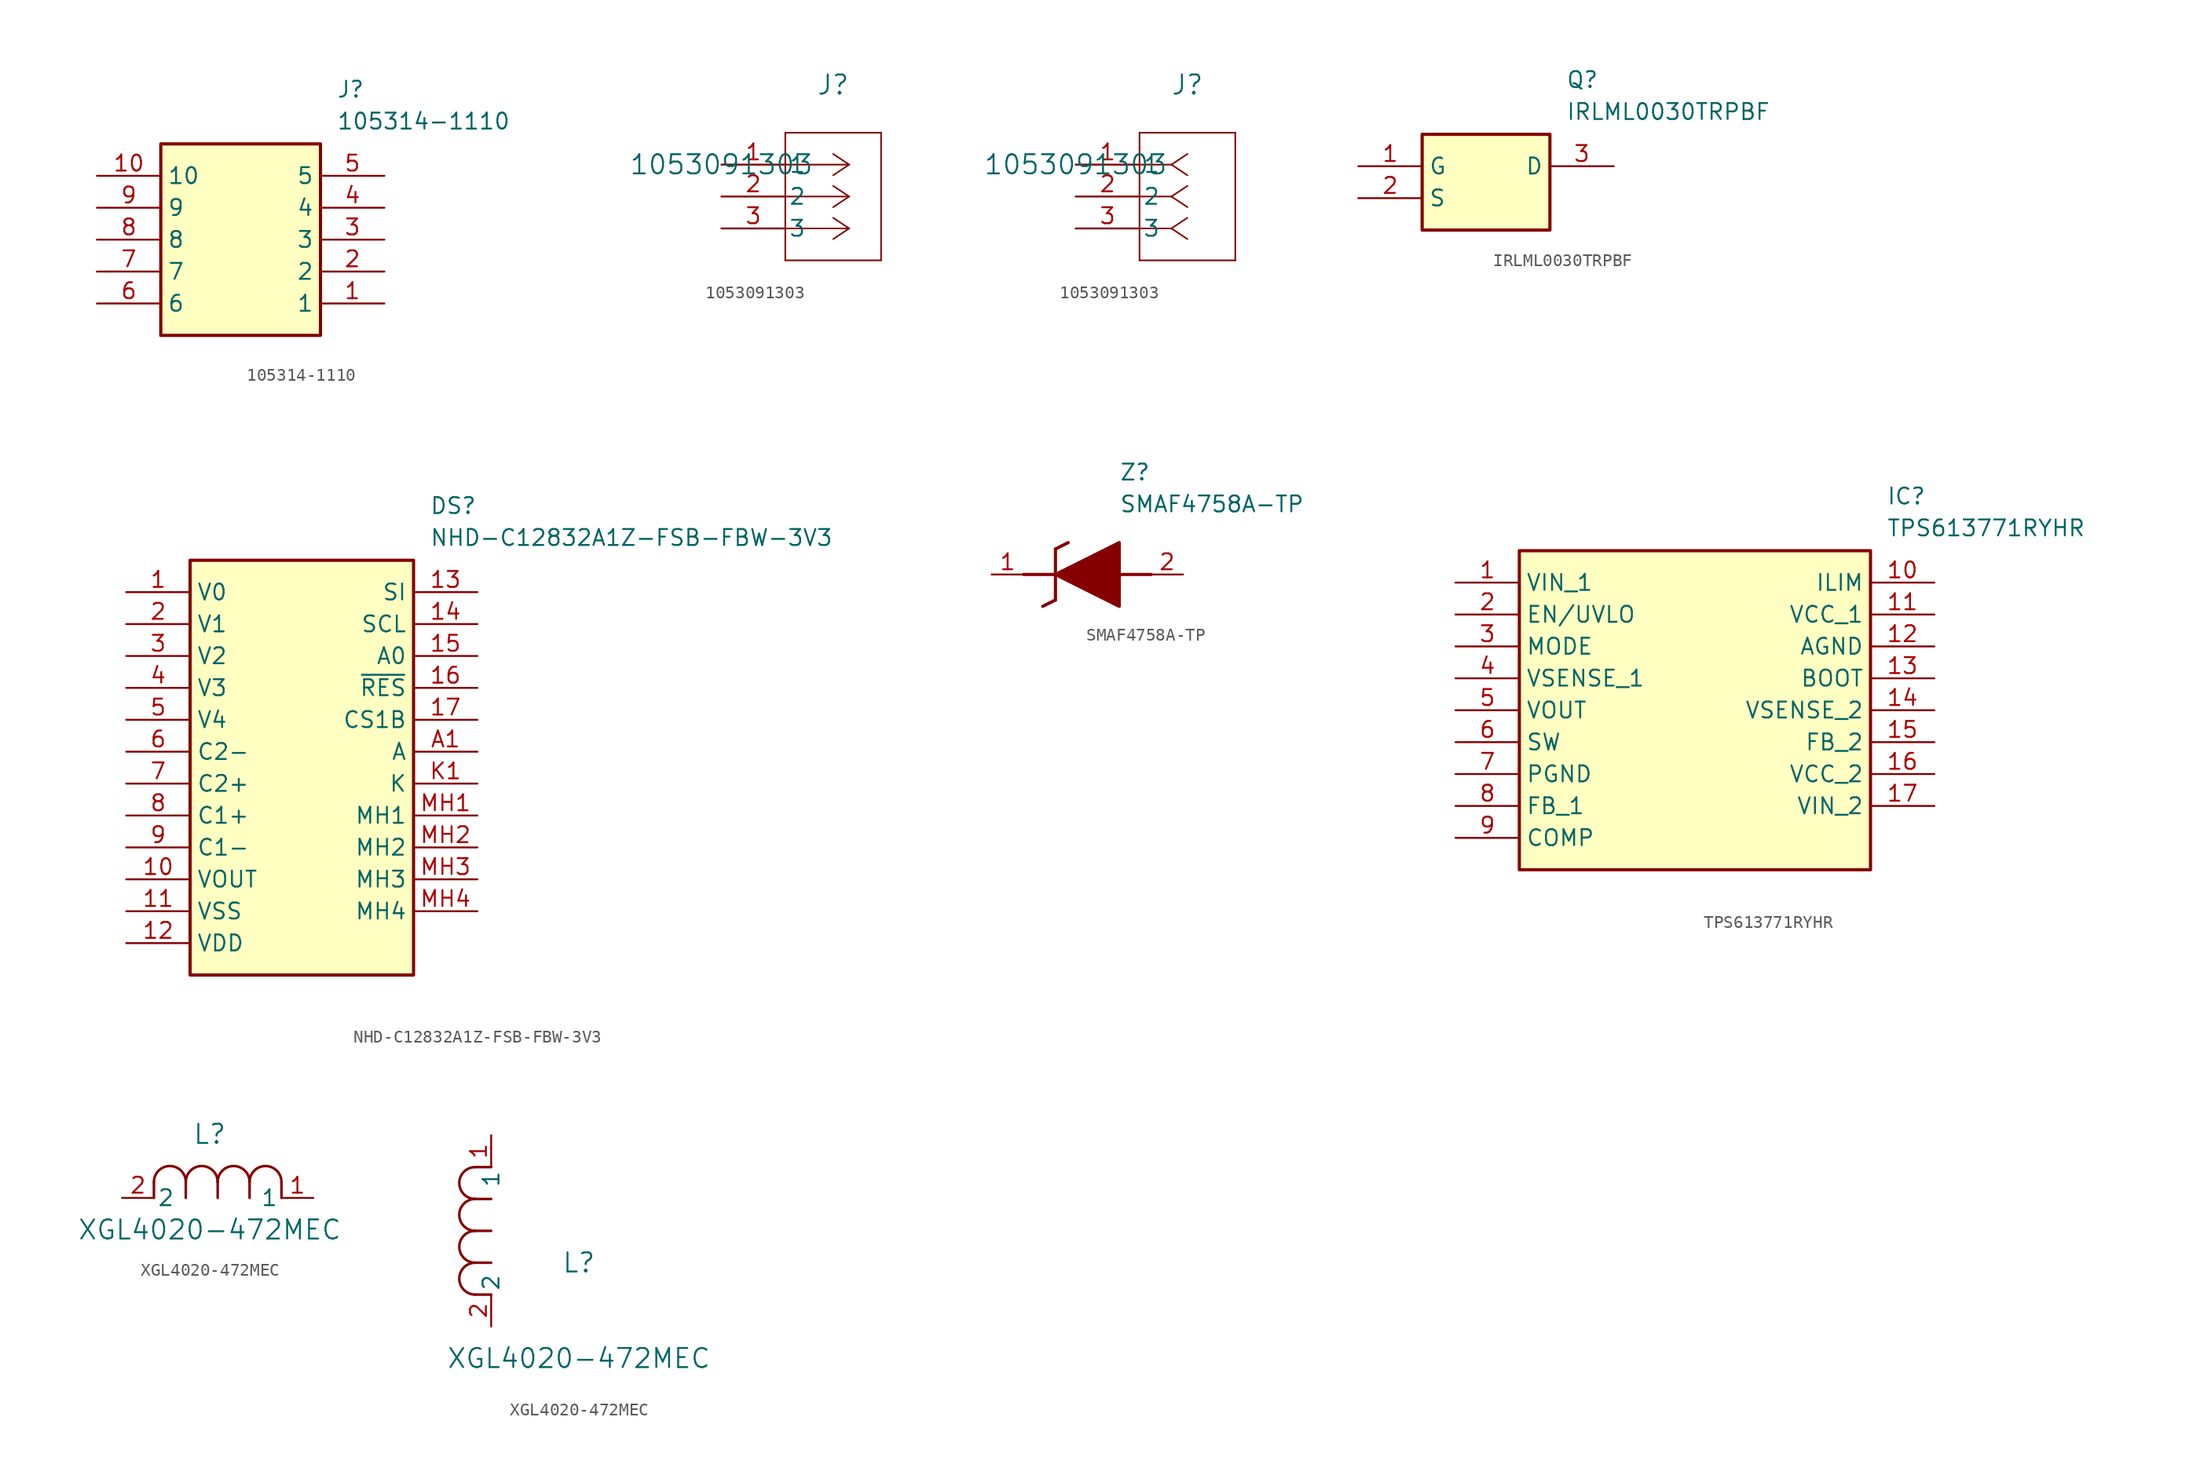
<source format=kicad_sym>
(kicad_symbol_lib
  (version 20241209)
  (generator "kicad_symbol_editor")
  (generator_version "9.0")
  (symbol "105314-1110"
    (property "Reference" "J"
      (at 19.05 7.62 0)
      (effects (font (size 1.27 1.27)) (justify left top)))
    (property "Value" "105314-1110"
      (at 19.05 5.08 0)
      (effects (font (size 1.27 1.27)) (justify left top)))
    (symbol "105314-1110_1_1"
      (rectangle (start 5.08 2.54) (end 17.78 -12.7) (stroke (width 0.254) (type default)) (fill (type background)))
      (pin passive line (at 0 0 0) (length 5.08) (name "10" (effects (font (size 1.27 1.27)))) (number "10" (effects (font (size 1.27 1.27)))))
      (pin passive line (at 0 -2.54 0) (length 5.08) (name "9" (effects (font (size 1.27 1.27)))) (number "9" (effects (font (size 1.27 1.27)))))
      (pin passive line (at 0 -5.08 0) (length 5.08) (name "8" (effects (font (size 1.27 1.27)))) (number "8" (effects (font (size 1.27 1.27)))))
      (pin passive line (at 0 -7.62 0) (length 5.08) (name "7" (effects (font (size 1.27 1.27)))) (number "7" (effects (font (size 1.27 1.27)))))
      (pin passive line (at 0 -10.16 0) (length 5.08) (name "6" (effects (font (size 1.27 1.27)))) (number "6" (effects (font (size 1.27 1.27)))))
      (pin passive line (at 22.86 0 180) (length 5.08) (name "5" (effects (font (size 1.27 1.27)))) (number "5" (effects (font (size 1.27 1.27)))))
      (pin passive line (at 22.86 -2.54 180) (length 5.08) (name "4" (effects (font (size 1.27 1.27)))) (number "4" (effects (font (size 1.27 1.27)))))
      (pin passive line (at 22.86 -5.08 180) (length 5.08) (name "3" (effects (font (size 1.27 1.27)))) (number "3" (effects (font (size 1.27 1.27)))))
      (pin passive line (at 22.86 -7.62 180) (length 5.08) (name "2" (effects (font (size 1.27 1.27)))) (number "2" (effects (font (size 1.27 1.27)))))
      (pin passive line (at 22.86 -10.16 180) (length 5.08) (name "1" (effects (font (size 1.27 1.27)))) (number "1" (effects (font (size 1.27 1.27)))))))
  (symbol "1053091303"
    (pin_names
      (offset 0.254))
    (property "Reference" "J"
      (at 8.89 6.35 0)
      (effects (font (size 1.524 1.524))))
    (property "Value" "1053091303"
      (at 0 0 0)
      (effects (font (size 1.524 1.524))))
    (property "ki_locked" ""
      (at 0 0 0)
      (effects (font (size 1.27 1.27))))
    (symbol "1053091303_1_1"
      (polyline (pts (xy 5.08 2.54) (xy 5.08 -7.62)) (stroke (width 0.127) (type default)) (fill (type none)))
      (polyline (pts (xy 5.08 -7.62) (xy 12.7 -7.62)) (stroke (width 0.127) (type default)) (fill (type none)))
      (polyline (pts (xy 10.16 0) (xy 5.08 0)) (stroke (width 0.127) (type default)) (fill (type none)))
      (polyline (pts (xy 10.16 0) (xy 8.89 0.847)) (stroke (width 0.127) (type default)) (fill (type none)))
      (polyline (pts (xy 10.16 0) (xy 8.89 -0.847)) (stroke (width 0.127) (type default)) (fill (type none)))
      (polyline (pts (xy 10.16 -2.54) (xy 5.08 -2.54)) (stroke (width 0.127) (type default)) (fill (type none)))
      (polyline (pts (xy 10.16 -2.54) (xy 8.89 -1.693)) (stroke (width 0.127) (type default)) (fill (type none)))
      (polyline (pts (xy 10.16 -2.54) (xy 8.89 -3.387)) (stroke (width 0.127) (type default)) (fill (type none)))
      (polyline (pts (xy 10.16 -5.08) (xy 5.08 -5.08)) (stroke (width 0.127) (type default)) (fill (type none)))
      (polyline (pts (xy 10.16 -5.08) (xy 8.89 -4.233)) (stroke (width 0.127) (type default)) (fill (type none)))
      (polyline (pts (xy 10.16 -5.08) (xy 8.89 -5.927)) (stroke (width 0.127) (type default)) (fill (type none)))
      (polyline (pts (xy 12.7 2.54) (xy 5.08 2.54)) (stroke (width 0.127) (type default)) (fill (type none)))
      (polyline (pts (xy 12.7 -7.62) (xy 12.7 2.54)) (stroke (width 0.127) (type default)) (fill (type none)))
      (pin unspecified line (at 0 0 0) (length 5.08) (name "1" (effects (font (size 1.27 1.27)))) (number "1" (effects (font (size 1.27 1.27)))))
      (pin unspecified line (at 0 -2.54 0) (length 5.08) (name "2" (effects (font (size 1.27 1.27)))) (number "2" (effects (font (size 1.27 1.27)))))
      (pin unspecified line (at 0 -5.08 0) (length 5.08) (name "3" (effects (font (size 1.27 1.27)))) (number "3" (effects (font (size 1.27 1.27))))))
    (symbol "1053091303_1_2"
      (polyline (pts (xy 5.08 2.54) (xy 5.08 -7.62)) (stroke (width 0.127) (type default)) (fill (type none)))
      (polyline (pts (xy 5.08 -7.62) (xy 12.7 -7.62)) (stroke (width 0.127) (type default)) (fill (type none)))
      (polyline (pts (xy 7.62 0) (xy 5.08 0)) (stroke (width 0.127) (type default)) (fill (type none)))
      (polyline (pts (xy 7.62 0) (xy 8.89 0.847)) (stroke (width 0.127) (type default)) (fill (type none)))
      (polyline (pts (xy 7.62 0) (xy 8.89 -0.847)) (stroke (width 0.127) (type default)) (fill (type none)))
      (polyline (pts (xy 7.62 -2.54) (xy 5.08 -2.54)) (stroke (width 0.127) (type default)) (fill (type none)))
      (polyline (pts (xy 7.62 -2.54) (xy 8.89 -1.693)) (stroke (width 0.127) (type default)) (fill (type none)))
      (polyline (pts (xy 7.62 -2.54) (xy 8.89 -3.387)) (stroke (width 0.127) (type default)) (fill (type none)))
      (polyline (pts (xy 7.62 -5.08) (xy 5.08 -5.08)) (stroke (width 0.127) (type default)) (fill (type none)))
      (polyline (pts (xy 7.62 -5.08) (xy 8.89 -4.233)) (stroke (width 0.127) (type default)) (fill (type none)))
      (polyline (pts (xy 7.62 -5.08) (xy 8.89 -5.927)) (stroke (width 0.127) (type default)) (fill (type none)))
      (polyline (pts (xy 12.7 2.54) (xy 5.08 2.54)) (stroke (width 0.127) (type default)) (fill (type none)))
      (polyline (pts (xy 12.7 -7.62) (xy 12.7 2.54)) (stroke (width 0.127) (type default)) (fill (type none)))
      (pin unspecified line (at 0 0 0) (length 5.08) (name "1" (effects (font (size 1.27 1.27)))) (number "1" (effects (font (size 1.27 1.27)))))
      (pin unspecified line (at 0 -2.54 0) (length 5.08) (name "2" (effects (font (size 1.27 1.27)))) (number "2" (effects (font (size 1.27 1.27)))))
      (pin unspecified line (at 0 -5.08 0) (length 5.08) (name "3" (effects (font (size 1.27 1.27)))) (number "3" (effects (font (size 1.27 1.27)))))))
  (symbol "IRLML0030TRPBF"
    (property "Reference" "Q"
      (at 16.51 7.62 0)
      (effects (font (size 1.27 1.27)) (justify left top)))
    (property "Value" "IRLML0030TRPBF"
      (at 16.51 5.08 0)
      (effects (font (size 1.27 1.27)) (justify left top)))
    (symbol "IRLML0030TRPBF_1_1"
      (rectangle (start 5.08 2.54) (end 15.24 -5.08) (stroke (width 0.254) (type default)) (fill (type background)))
      (pin passive line (at 0 0 0) (length 5.08) (name "G" (effects (font (size 1.27 1.27)))) (number "1" (effects (font (size 1.27 1.27)))))
      (pin passive line (at 0 -2.54 0) (length 5.08) (name "S" (effects (font (size 1.27 1.27)))) (number "2" (effects (font (size 1.27 1.27)))))
      (pin passive line (at 20.32 0 180) (length 5.08) (name "D" (effects (font (size 1.27 1.27)))) (number "3" (effects (font (size 1.27 1.27)))))))
  (symbol "NHD-C12832A1Z-FSB-FBW-3V3"
    (property "Reference" "DS"
      (at 24.13 7.62 0)
      (effects (font (size 1.27 1.27)) (justify left top)))
    (property "Value" "NHD-C12832A1Z-FSB-FBW-3V3"
      (at 24.13 5.08 0)
      (effects (font (size 1.27 1.27)) (justify left top)))
    (symbol "NHD-C12832A1Z-FSB-FBW-3V3_1_1"
      (rectangle (start 5.08 2.54) (end 22.86 -30.48) (stroke (width 0.254) (type default)) (fill (type background)))
      (pin passive line (at 0 0 0) (length 5.08) (name "V0" (effects (font (size 1.27 1.27)))) (number "1" (effects (font (size 1.27 1.27)))))
      (pin passive line (at 0 -2.54 0) (length 5.08) (name "V1" (effects (font (size 1.27 1.27)))) (number "2" (effects (font (size 1.27 1.27)))))
      (pin passive line (at 0 -5.08 0) (length 5.08) (name "V2" (effects (font (size 1.27 1.27)))) (number "3" (effects (font (size 1.27 1.27)))))
      (pin passive line (at 0 -7.62 0) (length 5.08) (name "V3" (effects (font (size 1.27 1.27)))) (number "4" (effects (font (size 1.27 1.27)))))
      (pin passive line (at 0 -10.16 0) (length 5.08) (name "V4" (effects (font (size 1.27 1.27)))) (number "5" (effects (font (size 1.27 1.27)))))
      (pin passive line (at 0 -12.7 0) (length 5.08) (name "C2-" (effects (font (size 1.27 1.27)))) (number "6" (effects (font (size 1.27 1.27)))))
      (pin passive line (at 0 -15.24 0) (length 5.08) (name "C2+" (effects (font (size 1.27 1.27)))) (number "7" (effects (font (size 1.27 1.27)))))
      (pin passive line (at 0 -17.78 0) (length 5.08) (name "C1+" (effects (font (size 1.27 1.27)))) (number "8" (effects (font (size 1.27 1.27)))))
      (pin passive line (at 0 -20.32 0) (length 5.08) (name "C1-" (effects (font (size 1.27 1.27)))) (number "9" (effects (font (size 1.27 1.27)))))
      (pin passive line (at 0 -22.86 0) (length 5.08) (name "VOUT" (effects (font (size 1.27 1.27)))) (number "10" (effects (font (size 1.27 1.27)))))
      (pin passive line (at 0 -25.4 0) (length 5.08) (name "VSS" (effects (font (size 1.27 1.27)))) (number "11" (effects (font (size 1.27 1.27)))))
      (pin passive line (at 0 -27.94 0) (length 5.08) (name "VDD" (effects (font (size 1.27 1.27)))) (number "12" (effects (font (size 1.27 1.27)))))
      (pin passive line (at 27.94 0 180) (length 5.08) (name "SI" (effects (font (size 1.27 1.27)))) (number "13" (effects (font (size 1.27 1.27)))))
      (pin passive line (at 27.94 -2.54 180) (length 5.08) (name "SCL" (effects (font (size 1.27 1.27)))) (number "14" (effects (font (size 1.27 1.27)))))
      (pin passive line (at 27.94 -5.08 180) (length 5.08) (name "A0" (effects (font (size 1.27 1.27)))) (number "15" (effects (font (size 1.27 1.27)))))
      (pin passive line (at 27.94 -7.62 180) (length 5.08) (name "~{RES}" (effects (font (size 1.27 1.27)))) (number "16" (effects (font (size 1.27 1.27)))))
      (pin passive line (at 27.94 -10.16 180) (length 5.08) (name "CS1B" (effects (font (size 1.27 1.27)))) (number "17" (effects (font (size 1.27 1.27)))))
      (pin passive line (at 27.94 -12.7 180) (length 5.08) (name "A" (effects (font (size 1.27 1.27)))) (number "A1" (effects (font (size 1.27 1.27)))))
      (pin passive line (at 27.94 -15.24 180) (length 5.08) (name "K" (effects (font (size 1.27 1.27)))) (number "K1" (effects (font (size 1.27 1.27)))))
      (pin passive line (at 27.94 -17.78 180) (length 5.08) (name "MH1" (effects (font (size 1.27 1.27)))) (number "MH1" (effects (font (size 1.27 1.27)))))
      (pin passive line (at 27.94 -20.32 180) (length 5.08) (name "MH2" (effects (font (size 1.27 1.27)))) (number "MH2" (effects (font (size 1.27 1.27)))))
      (pin passive line (at 27.94 -22.86 180) (length 5.08) (name "MH3" (effects (font (size 1.27 1.27)))) (number "MH3" (effects (font (size 1.27 1.27)))))
      (pin passive line (at 27.94 -25.4 180) (length 5.08) (name "MH4" (effects (font (size 1.27 1.27)))) (number "MH4" (effects (font (size 1.27 1.27)))))))
  (symbol "SMAF4758A-TP"
    (pin_names
      (hide yes))
    (property "Reference" "Z"
      (at 10.16 8.89 0)
      (effects (font (size 1.27 1.27)) (justify left top)))
    (property "Value" "SMAF4758A-TP"
      (at 10.16 6.35 0)
      (effects (font (size 1.27 1.27)) (justify left top)))
    (symbol "SMAF4758A-TP_1_1"
      (polyline (pts (xy 2.54 0) (xy 5.08 0)) (stroke (width 0.254) (type default)) (fill (type none)))
      (polyline (pts (xy 4.064 -2.54) (xy 5.08 -2.032)) (stroke (width 0.254) (type default)) (fill (type none)))
      (polyline (pts (xy 5.08 2.032) (xy 5.08 -2.032)) (stroke (width 0.254) (type default)) (fill (type none)))
      (polyline (pts (xy 5.08 2.032) (xy 6.096 2.54)) (stroke (width 0.254) (type default)) (fill (type none)))
      (polyline (pts (xy 5.08 0) (xy 10.16 2.54) (xy 10.16 -2.54) (xy 5.08 0)) (stroke (width 0.254) (type default)) (fill (type outline)))
      (polyline (pts (xy 12.7 0) (xy 10.16 0)) (stroke (width 0.254) (type default)) (fill (type none)))
      (pin passive line (at 0 0 0) (length 2.54) (name "K" (effects (font (size 1.27 1.27)))) (number "1" (effects (font (size 1.27 1.27)))))
      (pin passive line (at 15.24 0 180) (length 2.54) (name "A" (effects (font (size 1.27 1.27)))) (number "2" (effects (font (size 1.27 1.27)))))))
  (symbol "TPS613771RYHR"
    (property "Reference" "IC"
      (at 34.29 7.62 0)
      (effects (font (size 1.27 1.27)) (justify left top)))
    (property "Value" "TPS613771RYHR"
      (at 34.29 5.08 0)
      (effects (font (size 1.27 1.27)) (justify left top)))
    (symbol "TPS613771RYHR_1_1"
      (rectangle (start 5.08 2.54) (end 33.02 -22.86) (stroke (width 0.254) (type default)) (fill (type background)))
      (pin passive line (at 0 0 0) (length 5.08) (name "VIN_1" (effects (font (size 1.27 1.27)))) (number "1" (effects (font (size 1.27 1.27)))))
      (pin passive line (at 0 -2.54 0) (length 5.08) (name "EN/UVLO" (effects (font (size 1.27 1.27)))) (number "2" (effects (font (size 1.27 1.27)))))
      (pin passive line (at 0 -5.08 0) (length 5.08) (name "MODE" (effects (font (size 1.27 1.27)))) (number "3" (effects (font (size 1.27 1.27)))))
      (pin passive line (at 0 -7.62 0) (length 5.08) (name "VSENSE_1" (effects (font (size 1.27 1.27)))) (number "4" (effects (font (size 1.27 1.27)))))
      (pin passive line (at 0 -10.16 0) (length 5.08) (name "VOUT" (effects (font (size 1.27 1.27)))) (number "5" (effects (font (size 1.27 1.27)))))
      (pin passive line (at 0 -12.7 0) (length 5.08) (name "SW" (effects (font (size 1.27 1.27)))) (number "6" (effects (font (size 1.27 1.27)))))
      (pin passive line (at 0 -15.24 0) (length 5.08) (name "PGND" (effects (font (size 1.27 1.27)))) (number "7" (effects (font (size 1.27 1.27)))))
      (pin passive line (at 0 -17.78 0) (length 5.08) (name "FB_1" (effects (font (size 1.27 1.27)))) (number "8" (effects (font (size 1.27 1.27)))))
      (pin passive line (at 0 -20.32 0) (length 5.08) (name "COMP" (effects (font (size 1.27 1.27)))) (number "9" (effects (font (size 1.27 1.27)))))
      (pin passive line (at 38.1 0 180) (length 5.08) (name "ILIM" (effects (font (size 1.27 1.27)))) (number "10" (effects (font (size 1.27 1.27)))))
      (pin passive line (at 38.1 -2.54 180) (length 5.08) (name "VCC_1" (effects (font (size 1.27 1.27)))) (number "11" (effects (font (size 1.27 1.27)))))
      (pin passive line (at 38.1 -5.08 180) (length 5.08) (name "AGND" (effects (font (size 1.27 1.27)))) (number "12" (effects (font (size 1.27 1.27)))))
      (pin passive line (at 38.1 -7.62 180) (length 5.08) (name "BOOT" (effects (font (size 1.27 1.27)))) (number "13" (effects (font (size 1.27 1.27)))))
      (pin passive line (at 38.1 -10.16 180) (length 5.08) (name "VSENSE_2" (effects (font (size 1.27 1.27)))) (number "14" (effects (font (size 1.27 1.27)))))
      (pin passive line (at 38.1 -12.7 180) (length 5.08) (name "FB_2" (effects (font (size 1.27 1.27)))) (number "15" (effects (font (size 1.27 1.27)))))
      (pin passive line (at 38.1 -15.24 180) (length 5.08) (name "VCC_2" (effects (font (size 1.27 1.27)))) (number "16" (effects (font (size 1.27 1.27)))))
      (pin passive line (at 38.1 -17.78 180) (length 5.08) (name "VIN_2" (effects (font (size 1.27 1.27)))) (number "17" (effects (font (size 1.27 1.27)))))))
  (symbol "XGL4020-472MEC"
    (pin_names
      (offset 0.254))
    (property "Reference" "L"
      (at 6.985 5.08 0)
      (effects (font (size 1.524 1.524))))
    (property "Value" "XGL4020-472MEC"
      (at 6.985 -2.54 0)
      (effects (font (size 1.524 1.524))))
    (property "ki_locked" ""
      (at 0 0 0)
      (effects (font (size 1.27 1.27))))
    (symbol "XGL4020-472MEC_1_1"
      (polyline (pts (xy 2.54 0) (xy 2.54 1.27)) (stroke (width 0.203) (type default)) (fill (type none)))
      (arc (start 2.54 1.27) (mid 3.81 2.5344) (end 5.08 1.27) (stroke (width 0.2032) (type default)) (fill (type none)))
      (polyline (pts (xy 5.08 0) (xy 5.08 1.27)) (stroke (width 0.203) (type default)) (fill (type none)))
      (arc (start 5.08 1.27) (mid 6.35 2.5344) (end 7.62 1.27) (stroke (width 0.2032) (type default)) (fill (type none)))
      (polyline (pts (xy 7.62 0) (xy 7.62 1.27)) (stroke (width 0.203) (type default)) (fill (type none)))
      (arc (start 7.62 1.27) (mid 8.89 2.5344) (end 10.16 1.27) (stroke (width 0.2032) (type default)) (fill (type none)))
      (polyline (pts (xy 10.16 0) (xy 10.16 1.27)) (stroke (width 0.203) (type default)) (fill (type none)))
      (arc (start 10.16 1.27) (mid 11.43 2.5344) (end 12.7 1.27) (stroke (width 0.2032) (type default)) (fill (type none)))
      (polyline (pts (xy 12.7 0) (xy 12.7 1.27)) (stroke (width 0.203) (type default)) (fill (type none)))
      (pin unspecified line (at 0 0 0) (length 2.54) (name "2" (effects (font (size 1.27 1.27)))) (number "2" (effects (font (size 1.27 1.27)))))
      (pin unspecified line (at 15.24 0 180) (length 2.54) (name "1" (effects (font (size 1.27 1.27)))) (number "1" (effects (font (size 1.27 1.27))))))
    (symbol "XGL4020-472MEC_1_2"
      (arc (start -1.27 10.16) (mid -2.5344 11.43) (end -1.27 12.7) (stroke (width 0.2032) (type default)) (fill (type none)))
      (arc (start -1.27 7.62) (mid -2.5344 8.89) (end -1.27 10.16) (stroke (width 0.2032) (type default)) (fill (type none)))
      (arc (start -1.27 5.08) (mid -2.5344 6.35) (end -1.27 7.62) (stroke (width 0.2032) (type default)) (fill (type none)))
      (arc (start -1.27 2.54) (mid -2.5344 3.81) (end -1.27 5.08) (stroke (width 0.2032) (type default)) (fill (type none)))
      (polyline (pts (xy 0 12.7) (xy -1.27 12.7)) (stroke (width 0.203) (type default)) (fill (type none)))
      (polyline (pts (xy 0 10.16) (xy -1.27 10.16)) (stroke (width 0.203) (type default)) (fill (type none)))
      (polyline (pts (xy 0 7.62) (xy -1.27 7.62)) (stroke (width 0.203) (type default)) (fill (type none)))
      (polyline (pts (xy 0 5.08) (xy -1.27 5.08)) (stroke (width 0.203) (type default)) (fill (type none)))
      (polyline (pts (xy 0 2.54) (xy -1.27 2.54)) (stroke (width 0.203) (type default)) (fill (type none)))
      (pin unspecified line (at 0 15.24 270) (length 2.54) (name "1" (effects (font (size 1.27 1.27)))) (number "1" (effects (font (size 1.27 1.27)))))
      (pin unspecified line (at 0 0 90) (length 2.54) (name "2" (effects (font (size 1.27 1.27)))) (number "2" (effects (font (size 1.27 1.27))))))))
</source>
